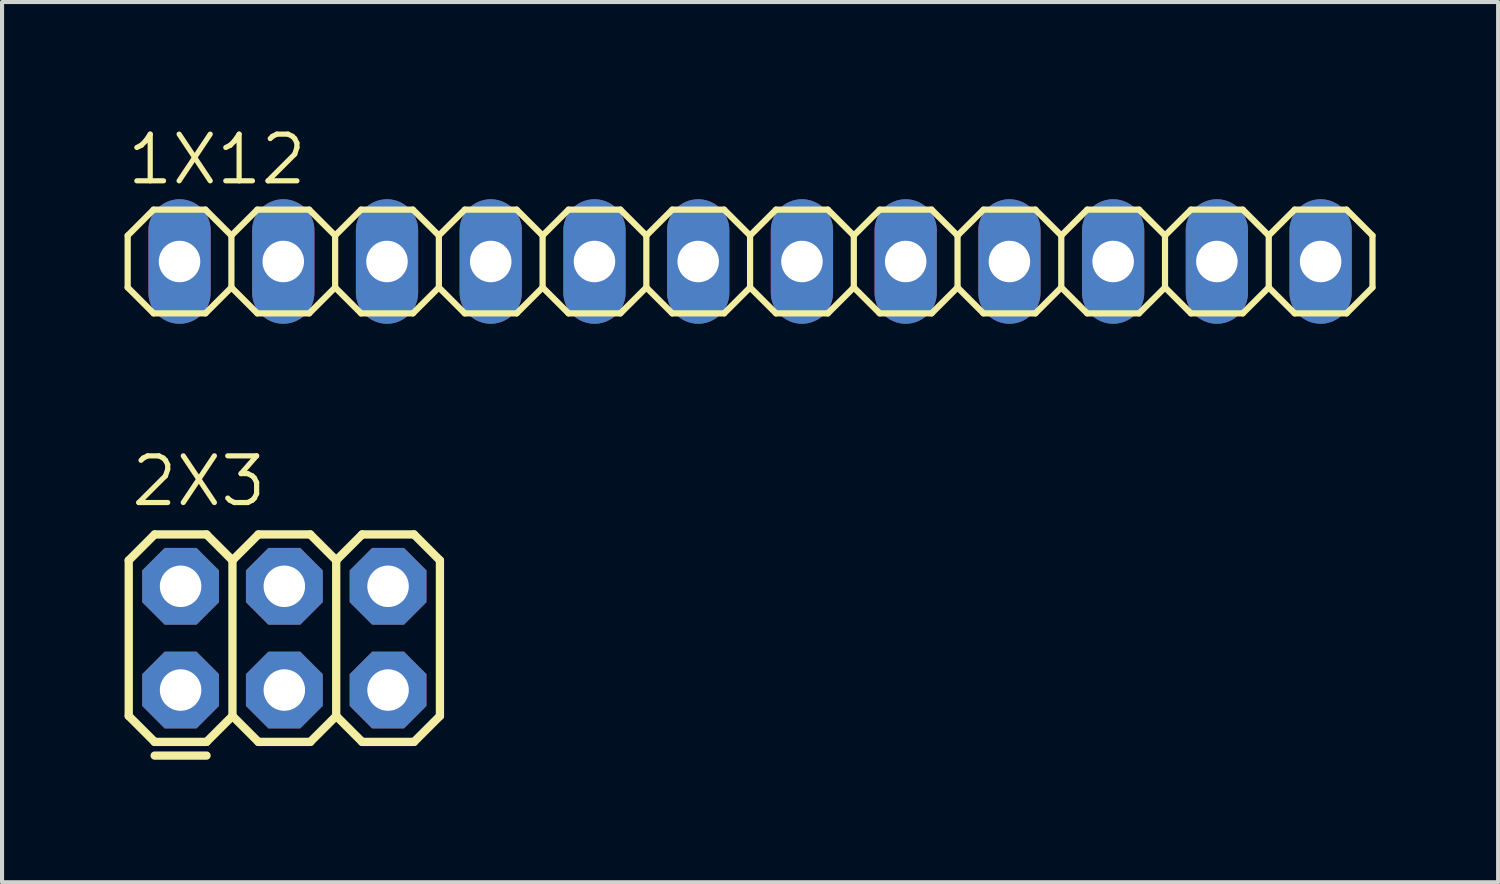
<source format=kicad_pcb>
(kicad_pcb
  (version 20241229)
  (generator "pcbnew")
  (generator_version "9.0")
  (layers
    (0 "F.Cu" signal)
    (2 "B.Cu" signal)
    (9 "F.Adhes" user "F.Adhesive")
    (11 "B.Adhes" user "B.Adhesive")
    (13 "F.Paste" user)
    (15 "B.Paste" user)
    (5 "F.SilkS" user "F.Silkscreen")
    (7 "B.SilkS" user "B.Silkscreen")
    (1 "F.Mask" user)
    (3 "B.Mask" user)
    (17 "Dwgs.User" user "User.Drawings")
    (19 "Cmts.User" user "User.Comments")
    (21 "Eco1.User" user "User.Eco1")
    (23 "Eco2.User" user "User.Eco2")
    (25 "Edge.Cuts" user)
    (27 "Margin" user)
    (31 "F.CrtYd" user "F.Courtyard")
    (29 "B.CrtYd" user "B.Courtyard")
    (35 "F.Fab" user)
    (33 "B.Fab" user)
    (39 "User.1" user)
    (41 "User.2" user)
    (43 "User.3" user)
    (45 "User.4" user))
  (footprint "1X12"
    (layer "F.Cu")
    (at 15.316 3.353)
    (property "Reference" "1X12" (at -15.316 -1.829 0) (layer "F.SilkS") (effects (font (size 1.143 1.143) (thickness 0.127)) (justify left bottom)))
    (fp_line (start -15.24 -0.635) (end -15.24 0.635) (stroke (width 0.152) (type solid)) (layer "F.SilkS"))
    (fp_line (start -15.24 0.635) (end -14.605 1.27) (stroke (width 0.152) (type solid)) (layer "F.SilkS"))
    (fp_line (start -14.605 -1.27) (end -15.24 -0.635) (stroke (width 0.152) (type solid)) (layer "F.SilkS"))
    (fp_line (start -14.605 -1.27) (end -13.335 -1.27) (stroke (width 0.152) (type solid)) (layer "F.SilkS"))
    (fp_line (start -13.335 -1.27) (end -12.7 -0.635) (stroke (width 0.152) (type solid)) (layer "F.SilkS"))
    (fp_line (start -13.335 1.27) (end -14.605 1.27) (stroke (width 0.152) (type solid)) (layer "F.SilkS"))
    (fp_line (start -12.7 -0.635) (end -12.7 0.635) (stroke (width 0.152) (type solid)) (layer "F.SilkS"))
    (fp_line (start -12.7 -0.635) (end -12.065 -1.27) (stroke (width 0.152) (type solid)) (layer "F.SilkS"))
    (fp_line (start -12.7 0.635) (end -13.335 1.27) (stroke (width 0.152) (type solid)) (layer "F.SilkS"))
    (fp_line (start -12.065 -1.27) (end -10.795 -1.27) (stroke (width 0.152) (type solid)) (layer "F.SilkS"))
    (fp_line (start -12.065 1.27) (end -12.7 0.635) (stroke (width 0.152) (type solid)) (layer "F.SilkS"))
    (fp_line (start -10.795 -1.27) (end -10.16 -0.635) (stroke (width 0.152) (type solid)) (layer "F.SilkS"))
    (fp_line (start -10.795 1.27) (end -12.065 1.27) (stroke (width 0.152) (type solid)) (layer "F.SilkS"))
    (fp_line (start -10.16 -0.635) (end -10.16 0.635) (stroke (width 0.152) (type solid)) (layer "F.SilkS"))
    (fp_line (start -10.16 -0.635) (end -9.525 -1.27) (stroke (width 0.152) (type solid)) (layer "F.SilkS"))
    (fp_line (start -10.16 0.635) (end -10.795 1.27) (stroke (width 0.152) (type solid)) (layer "F.SilkS"))
    (fp_line (start -9.525 -1.27) (end -8.255 -1.27) (stroke (width 0.152) (type solid)) (layer "F.SilkS"))
    (fp_line (start -9.525 1.27) (end -10.16 0.635) (stroke (width 0.152) (type solid)) (layer "F.SilkS"))
    (fp_line (start -8.255 -1.27) (end -7.62 -0.635) (stroke (width 0.152) (type solid)) (layer "F.SilkS"))
    (fp_line (start -8.255 1.27) (end -9.525 1.27) (stroke (width 0.152) (type solid)) (layer "F.SilkS"))
    (fp_line (start -7.62 -0.635) (end -7.62 0.635) (stroke (width 0.152) (type solid)) (layer "F.SilkS"))
    (fp_line (start -7.62 0.635) (end -8.255 1.27) (stroke (width 0.152) (type solid)) (layer "F.SilkS"))
    (fp_line (start -7.62 0.635) (end -6.985 1.27) (stroke (width 0.152) (type solid)) (layer "F.SilkS"))
    (fp_line (start -6.985 -1.27) (end -7.62 -0.635) (stroke (width 0.152) (type solid)) (layer "F.SilkS"))
    (fp_line (start -6.985 -1.27) (end -5.715 -1.27) (stroke (width 0.152) (type solid)) (layer "F.SilkS"))
    (fp_line (start -5.715 -1.27) (end -5.08 -0.635) (stroke (width 0.152) (type solid)) (layer "F.SilkS"))
    (fp_line (start -5.715 1.27) (end -6.985 1.27) (stroke (width 0.152) (type solid)) (layer "F.SilkS"))
    (fp_line (start -5.08 -0.635) (end -5.08 0.635) (stroke (width 0.152) (type solid)) (layer "F.SilkS"))
    (fp_line (start -5.08 -0.635) (end -4.445 -1.27) (stroke (width 0.152) (type solid)) (layer "F.SilkS"))
    (fp_line (start -5.08 0.635) (end -5.715 1.27) (stroke (width 0.152) (type solid)) (layer "F.SilkS"))
    (fp_line (start -4.445 -1.27) (end -3.175 -1.27) (stroke (width 0.152) (type solid)) (layer "F.SilkS"))
    (fp_line (start -4.445 1.27) (end -5.08 0.635) (stroke (width 0.152) (type solid)) (layer "F.SilkS"))
    (fp_line (start -3.175 -1.27) (end -2.54 -0.635) (stroke (width 0.152) (type solid)) (layer "F.SilkS"))
    (fp_line (start -3.175 1.27) (end -4.445 1.27) (stroke (width 0.152) (type solid)) (layer "F.SilkS"))
    (fp_line (start -2.54 -0.635) (end -2.54 0.635) (stroke (width 0.152) (type solid)) (layer "F.SilkS"))
    (fp_line (start -2.54 -0.635) (end -1.905 -1.27) (stroke (width 0.152) (type solid)) (layer "F.SilkS"))
    (fp_line (start -2.54 0.635) (end -3.175 1.27) (stroke (width 0.152) (type solid)) (layer "F.SilkS"))
    (fp_line (start -1.905 -1.27) (end -0.635 -1.27) (stroke (width 0.152) (type solid)) (layer "F.SilkS"))
    (fp_line (start -1.905 1.27) (end -2.54 0.635) (stroke (width 0.152) (type solid)) (layer "F.SilkS"))
    (fp_line (start -0.635 -1.27) (end 0 -0.635) (stroke (width 0.152) (type solid)) (layer "F.SilkS"))
    (fp_line (start -0.635 1.27) (end -1.905 1.27) (stroke (width 0.152) (type solid)) (layer "F.SilkS"))
    (fp_line (start 0 -0.635) (end 0 0.635) (stroke (width 0.152) (type solid)) (layer "F.SilkS"))
    (fp_line (start 0 0.635) (end -0.635 1.27) (stroke (width 0.152) (type solid)) (layer "F.SilkS"))
    (fp_line (start 0 0.635) (end 0.635 1.27) (stroke (width 0.152) (type solid)) (layer "F.SilkS"))
    (fp_line (start 0.635 -1.27) (end 0 -0.635) (stroke (width 0.152) (type solid)) (layer "F.SilkS"))
    (fp_line (start 0.635 -1.27) (end 1.905 -1.27) (stroke (width 0.152) (type solid)) (layer "F.SilkS"))
    (fp_line (start 1.905 -1.27) (end 2.54 -0.635) (stroke (width 0.152) (type solid)) (layer "F.SilkS"))
    (fp_line (start 1.905 1.27) (end 0.635 1.27) (stroke (width 0.152) (type solid)) (layer "F.SilkS"))
    (fp_line (start 2.54 -0.635) (end 2.54 0.635) (stroke (width 0.152) (type solid)) (layer "F.SilkS"))
    (fp_line (start 2.54 -0.635) (end 3.175 -1.27) (stroke (width 0.152) (type solid)) (layer "F.SilkS"))
    (fp_line (start 2.54 0.635) (end 1.905 1.27) (stroke (width 0.152) (type solid)) (layer "F.SilkS"))
    (fp_line (start 3.175 -1.27) (end 4.445 -1.27) (stroke (width 0.152) (type solid)) (layer "F.SilkS"))
    (fp_line (start 3.175 1.27) (end 2.54 0.635) (stroke (width 0.152) (type solid)) (layer "F.SilkS"))
    (fp_line (start 4.445 -1.27) (end 5.08 -0.635) (stroke (width 0.152) (type solid)) (layer "F.SilkS"))
    (fp_line (start 4.445 1.27) (end 3.175 1.27) (stroke (width 0.152) (type solid)) (layer "F.SilkS"))
    (fp_line (start 5.08 -0.635) (end 5.08 0.635) (stroke (width 0.152) (type solid)) (layer "F.SilkS"))
    (fp_line (start 5.08 -0.635) (end 5.715 -1.27) (stroke (width 0.152) (type solid)) (layer "F.SilkS"))
    (fp_line (start 5.08 0.635) (end 4.445 1.27) (stroke (width 0.152) (type solid)) (layer "F.SilkS"))
    (fp_line (start 5.715 -1.27) (end 6.985 -1.27) (stroke (width 0.152) (type solid)) (layer "F.SilkS"))
    (fp_line (start 5.715 1.27) (end 5.08 0.635) (stroke (width 0.152) (type solid)) (layer "F.SilkS"))
    (fp_line (start 6.985 -1.27) (end 7.62 -0.635) (stroke (width 0.152) (type solid)) (layer "F.SilkS"))
    (fp_line (start 6.985 1.27) (end 5.715 1.27) (stroke (width 0.152) (type solid)) (layer "F.SilkS"))
    (fp_line (start 7.62 -0.635) (end 7.62 0.635) (stroke (width 0.152) (type solid)) (layer "F.SilkS"))
    (fp_line (start 7.62 0.635) (end 6.985 1.27) (stroke (width 0.152) (type solid)) (layer "F.SilkS"))
    (fp_line (start 7.62 0.635) (end 8.255 1.27) (stroke (width 0.152) (type solid)) (layer "F.SilkS"))
    (fp_line (start 8.255 -1.27) (end 7.62 -0.635) (stroke (width 0.152) (type solid)) (layer "F.SilkS"))
    (fp_line (start 8.255 -1.27) (end 9.525 -1.27) (stroke (width 0.152) (type solid)) (layer "F.SilkS"))
    (fp_line (start 9.525 -1.27) (end 10.16 -0.635) (stroke (width 0.152) (type solid)) (layer "F.SilkS"))
    (fp_line (start 9.525 1.27) (end 8.255 1.27) (stroke (width 0.152) (type solid)) (layer "F.SilkS"))
    (fp_line (start 10.16 -0.635) (end 10.16 0.635) (stroke (width 0.152) (type solid)) (layer "F.SilkS"))
    (fp_line (start 10.16 -0.635) (end 10.795 -1.27) (stroke (width 0.152) (type solid)) (layer "F.SilkS"))
    (fp_line (start 10.16 0.635) (end 9.525 1.27) (stroke (width 0.152) (type solid)) (layer "F.SilkS"))
    (fp_line (start 10.795 -1.27) (end 12.065 -1.27) (stroke (width 0.152) (type solid)) (layer "F.SilkS"))
    (fp_line (start 10.795 1.27) (end 10.16 0.635) (stroke (width 0.152) (type solid)) (layer "F.SilkS"))
    (fp_line (start 12.065 -1.27) (end 12.7 -0.635) (stroke (width 0.152) (type solid)) (layer "F.SilkS"))
    (fp_line (start 12.065 1.27) (end 10.795 1.27) (stroke (width 0.152) (type solid)) (layer "F.SilkS"))
    (fp_line (start 12.7 -0.635) (end 12.7 0.635) (stroke (width 0.152) (type solid)) (layer "F.SilkS"))
    (fp_line (start 12.7 -0.635) (end 13.335 -1.27) (stroke (width 0.152) (type solid)) (layer "F.SilkS"))
    (fp_line (start 12.7 0.635) (end 12.065 1.27) (stroke (width 0.152) (type solid)) (layer "F.SilkS"))
    (fp_line (start 13.335 -1.27) (end 14.605 -1.27) (stroke (width 0.152) (type solid)) (layer "F.SilkS"))
    (fp_line (start 13.335 1.27) (end 12.7 0.635) (stroke (width 0.152) (type solid)) (layer "F.SilkS"))
    (fp_line (start 14.605 -1.27) (end 15.24 -0.635) (stroke (width 0.152) (type solid)) (layer "F.SilkS"))
    (fp_line (start 14.605 1.27) (end 13.335 1.27) (stroke (width 0.152) (type solid)) (layer "F.SilkS"))
    (fp_line (start 15.24 -0.635) (end 15.24 0.635) (stroke (width 0.152) (type solid)) (layer "F.SilkS"))
    (fp_line (start 15.24 0.635) (end 14.605 1.27) (stroke (width 0.152) (type solid)) (layer "F.SilkS"))
    (fp_poly (pts (xy -14.224 0.254) (xy -13.716 0.254) (xy -13.716 -0.254) (xy -14.224 -0.254)) (stroke (width 0.1) (type solid)) (fill no) (layer "F.Fab"))
    (fp_poly (pts (xy -11.684 0.254) (xy -11.176 0.254) (xy -11.176 -0.254) (xy -11.684 -0.254)) (stroke (width 0.1) (type solid)) (fill no) (layer "F.Fab"))
    (fp_poly (pts (xy -9.144 0.254) (xy -8.636 0.254) (xy -8.636 -0.254) (xy -9.144 -0.254)) (stroke (width 0.1) (type solid)) (fill no) (layer "F.Fab"))
    (fp_poly (pts (xy -6.604 0.254) (xy -6.096 0.254) (xy -6.096 -0.254) (xy -6.604 -0.254)) (stroke (width 0.1) (type solid)) (fill no) (layer "F.Fab"))
    (fp_poly (pts (xy -4.064 0.254) (xy -3.556 0.254) (xy -3.556 -0.254) (xy -4.064 -0.254)) (stroke (width 0.1) (type solid)) (fill no) (layer "F.Fab"))
    (fp_poly (pts (xy -1.524 0.254) (xy -1.016 0.254) (xy -1.016 -0.254) (xy -1.524 -0.254)) (stroke (width 0.1) (type solid)) (fill no) (layer "F.Fab"))
    (fp_poly (pts (xy 1.016 0.254) (xy 1.524 0.254) (xy 1.524 -0.254) (xy 1.016 -0.254)) (stroke (width 0.1) (type solid)) (fill no) (layer "F.Fab"))
    (fp_poly (pts (xy 3.556 0.254) (xy 4.064 0.254) (xy 4.064 -0.254) (xy 3.556 -0.254)) (stroke (width 0.1) (type solid)) (fill no) (layer "F.Fab"))
    (fp_poly (pts (xy 6.096 0.254) (xy 6.604 0.254) (xy 6.604 -0.254) (xy 6.096 -0.254)) (stroke (width 0.1) (type solid)) (fill no) (layer "F.Fab"))
    (fp_poly (pts (xy 8.636 0.254) (xy 9.144 0.254) (xy 9.144 -0.254) (xy 8.636 -0.254)) (stroke (width 0.1) (type solid)) (fill no) (layer "F.Fab"))
    (fp_poly (pts (xy 11.176 0.254) (xy 11.684 0.254) (xy 11.684 -0.254) (xy 11.176 -0.254)) (stroke (width 0.1) (type solid)) (fill no) (layer "F.Fab"))
    (fp_poly (pts (xy 13.716 0.254) (xy 14.224 0.254) (xy 14.224 -0.254) (xy 13.716 -0.254)) (stroke (width 0.1) (type solid)) (fill no) (layer "F.Fab"))
    (pad "1" thru_hole oval (at -13.97 0 90) (size 3.048 1.524) (drill 1.016) (layers "*.Cu" "*.Mask"))
    (pad "2" thru_hole oval (at -11.43 0 90) (size 3.048 1.524) (drill 1.016) (layers "*.Cu" "*.Mask"))
    (pad "3" thru_hole oval (at -8.89 0 90) (size 3.048 1.524) (drill 1.016) (layers "*.Cu" "*.Mask"))
    (pad "4" thru_hole oval (at -6.35 0 90) (size 3.048 1.524) (drill 1.016) (layers "*.Cu" "*.Mask"))
    (pad "5" thru_hole oval (at -3.81 0 90) (size 3.048 1.524) (drill 1.016) (layers "*.Cu" "*.Mask"))
    (pad "6" thru_hole oval (at -1.27 0 90) (size 3.048 1.524) (drill 1.016) (layers "*.Cu" "*.Mask"))
    (pad "7" thru_hole oval (at 1.27 0 90) (size 3.048 1.524) (drill 1.016) (layers "*.Cu" "*.Mask"))
    (pad "8" thru_hole oval (at 3.81 0 90) (size 3.048 1.524) (drill 1.016) (layers "*.Cu" "*.Mask"))
    (pad "9" thru_hole oval (at 6.35 0 90) (size 3.048 1.524) (drill 1.016) (layers "*.Cu" "*.Mask"))
    (pad "10" thru_hole oval (at 8.89 0 90) (size 3.048 1.524) (drill 1.016) (layers "*.Cu" "*.Mask"))
    (pad "11" thru_hole oval (at 11.43 0 90) (size 3.048 1.524) (drill 1.016) (layers "*.Cu" "*.Mask"))
    (pad "12" thru_hole oval (at 13.97 0 90) (size 3.048 1.524) (drill 1.016) (layers "*.Cu" "*.Mask")))
  (footprint "2X3"
    (layer "F.Cu")
    (at 1.372 13.846)
    (property "Reference" "2X3" (at -1.27 -4.445 0) (layer "F.SilkS") (effects (font (size 1.143 1.143) (thickness 0.127)) (justify left bottom)))
    (fp_line (start -1.27 -3.175) (end -0.635 -3.81) (stroke (width 0.203) (type solid)) (layer "F.SilkS"))
    (fp_line (start -1.27 0.635) (end -1.27 -3.175) (stroke (width 0.203) (type solid)) (layer "F.SilkS"))
    (fp_line (start -1.27 0.635) (end -0.635 1.27) (stroke (width 0.203) (type solid)) (layer "F.SilkS"))
    (fp_line (start -0.635 -3.81) (end 0.635 -3.81) (stroke (width 0.203) (type solid)) (layer "F.SilkS"))
    (fp_line (start -0.635 1.27) (end 0.635 1.27) (stroke (width 0.203) (type solid)) (layer "F.SilkS"))
    (fp_line (start 0.635 -3.81) (end 1.27 -3.175) (stroke (width 0.203) (type solid)) (layer "F.SilkS"))
    (fp_line (start 0.635 1.27) (end 1.27 0.635) (stroke (width 0.203) (type solid)) (layer "F.SilkS"))
    (fp_line (start 0.635 1.605) (end -0.635 1.605) (stroke (width 0.203) (type solid)) (layer "F.SilkS"))
    (fp_line (start 1.27 -3.175) (end 1.27 0.635) (stroke (width 0.203) (type solid)) (layer "F.SilkS"))
    (fp_line (start 1.27 -3.175) (end 1.905 -3.81) (stroke (width 0.203) (type solid)) (layer "F.SilkS"))
    (fp_line (start 1.27 0.635) (end 1.905 1.27) (stroke (width 0.203) (type solid)) (layer "F.SilkS"))
    (fp_line (start 1.905 -3.81) (end 3.175 -3.81) (stroke (width 0.203) (type solid)) (layer "F.SilkS"))
    (fp_line (start 1.905 1.27) (end 3.175 1.27) (stroke (width 0.203) (type solid)) (layer "F.SilkS"))
    (fp_line (start 3.175 -3.81) (end 3.81 -3.175) (stroke (width 0.203) (type solid)) (layer "F.SilkS"))
    (fp_line (start 3.175 1.27) (end 3.81 0.635) (stroke (width 0.203) (type solid)) (layer "F.SilkS"))
    (fp_line (start 3.81 -3.175) (end 3.81 0.635) (stroke (width 0.203) (type solid)) (layer "F.SilkS"))
    (fp_line (start 3.81 -3.175) (end 4.445 -3.81) (stroke (width 0.203) (type solid)) (layer "F.SilkS"))
    (fp_line (start 3.81 0.635) (end 4.445 1.27) (stroke (width 0.203) (type solid)) (layer "F.SilkS"))
    (fp_line (start 4.445 -3.81) (end 5.715 -3.81) (stroke (width 0.203) (type solid)) (layer "F.SilkS"))
    (fp_line (start 4.445 1.27) (end 5.715 1.27) (stroke (width 0.203) (type solid)) (layer "F.SilkS"))
    (fp_line (start 5.715 -3.81) (end 6.35 -3.175) (stroke (width 0.203) (type solid)) (layer "F.SilkS"))
    (fp_line (start 5.715 1.27) (end 6.35 0.635) (stroke (width 0.203) (type solid)) (layer "F.SilkS"))
    (fp_line (start 6.35 -3.175) (end 6.35 0.635) (stroke (width 0.203) (type solid)) (layer "F.SilkS"))
    (fp_poly (pts (xy -0.254 -2.286) (xy 0.254 -2.286) (xy 0.254 -2.794) (xy -0.254 -2.794)) (stroke (width 0.1) (type solid)) (fill no) (layer "F.Fab"))
    (fp_poly (pts (xy -0.254 0.254) (xy 0.254 0.254) (xy 0.254 -0.254) (xy -0.254 -0.254)) (stroke (width 0.1) (type solid)) (fill no) (layer "F.Fab"))
    (fp_poly (pts (xy 2.286 -2.286) (xy 2.794 -2.286) (xy 2.794 -2.794) (xy 2.286 -2.794)) (stroke (width 0.1) (type solid)) (fill no) (layer "F.Fab"))
    (fp_poly (pts (xy 2.286 0.254) (xy 2.794 0.254) (xy 2.794 -0.254) (xy 2.286 -0.254)) (stroke (width 0.1) (type solid)) (fill no) (layer "F.Fab"))
    (fp_poly (pts (xy 4.826 -2.286) (xy 5.334 -2.286) (xy 5.334 -2.794) (xy 4.826 -2.794)) (stroke (width 0.1) (type solid)) (fill no) (layer "F.Fab"))
    (fp_poly (pts (xy 4.826 0.254) (xy 5.334 0.254) (xy 5.334 -0.254) (xy 4.826 -0.254)) (stroke (width 0.1) (type solid)) (fill no) (layer "F.Fab"))
    (pad "1" thru_hole roundrect (at 0 0) (size 1.88 1.88) (drill 1.016) (layers "*.Cu" "*.Mask") (roundrect_rratio 0.25) (chamfer_ratio 0.293) (chamfer top_left top_right bottom_left bottom_right))
    (pad "2" thru_hole roundrect (at 0 -2.54) (size 1.88 1.88) (drill 1.016) (layers "*.Cu" "*.Mask") (roundrect_rratio 0.25) (chamfer_ratio 0.293) (chamfer top_left top_right bottom_left bottom_right))
    (pad "3" thru_hole roundrect (at 2.54 0) (size 1.88 1.88) (drill 1.016) (layers "*.Cu" "*.Mask") (roundrect_rratio 0.25) (chamfer_ratio 0.293) (chamfer top_left top_right bottom_left bottom_right))
    (pad "4" thru_hole roundrect (at 2.54 -2.54) (size 1.88 1.88) (drill 1.016) (layers "*.Cu" "*.Mask") (roundrect_rratio 0.25) (chamfer_ratio 0.293) (chamfer top_left top_right bottom_left bottom_right))
    (pad "5" thru_hole roundrect (at 5.08 0) (size 1.88 1.88) (drill 1.016) (layers "*.Cu" "*.Mask") (roundrect_rratio 0.25) (chamfer_ratio 0.293) (chamfer top_left top_right bottom_left bottom_right))
    (pad "6" thru_hole roundrect (at 5.08 -2.54) (size 1.88 1.88) (drill 1.016) (layers "*.Cu" "*.Mask") (roundrect_rratio 0.25) (chamfer_ratio 0.293) (chamfer top_left top_right bottom_left bottom_right)))
  (gr_rect
    (start -3 -3)
    (end 33.632 18.552)
    (stroke (width 0.1) (type default))
    (fill no)
    (layer "Edge.Cuts")))
</source>
